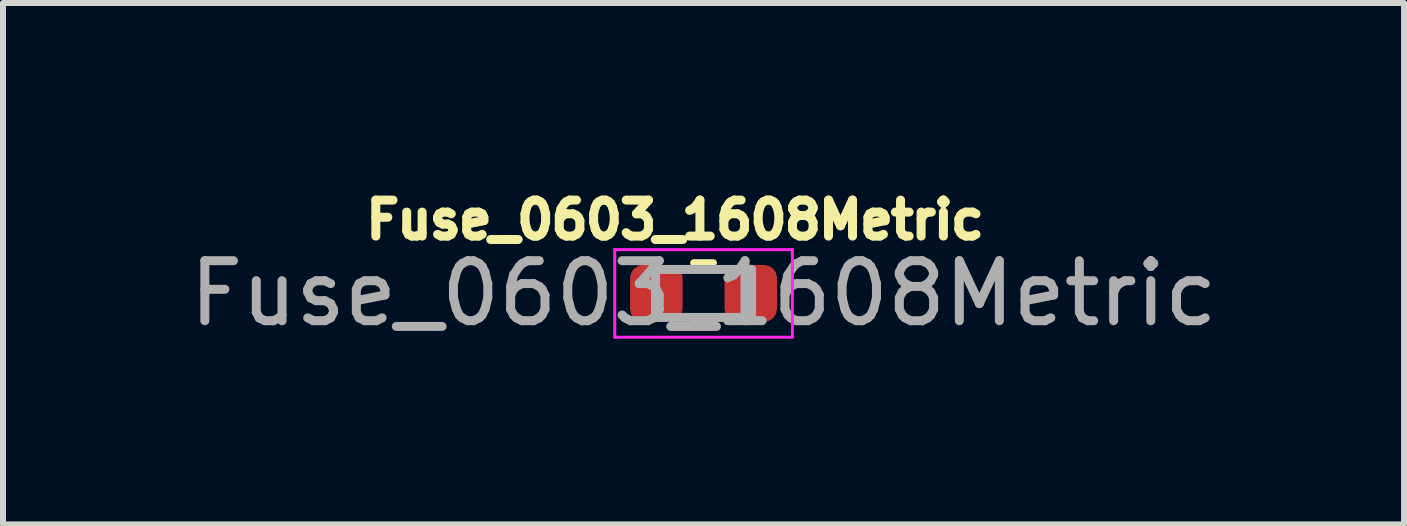
<source format=kicad_pcb>
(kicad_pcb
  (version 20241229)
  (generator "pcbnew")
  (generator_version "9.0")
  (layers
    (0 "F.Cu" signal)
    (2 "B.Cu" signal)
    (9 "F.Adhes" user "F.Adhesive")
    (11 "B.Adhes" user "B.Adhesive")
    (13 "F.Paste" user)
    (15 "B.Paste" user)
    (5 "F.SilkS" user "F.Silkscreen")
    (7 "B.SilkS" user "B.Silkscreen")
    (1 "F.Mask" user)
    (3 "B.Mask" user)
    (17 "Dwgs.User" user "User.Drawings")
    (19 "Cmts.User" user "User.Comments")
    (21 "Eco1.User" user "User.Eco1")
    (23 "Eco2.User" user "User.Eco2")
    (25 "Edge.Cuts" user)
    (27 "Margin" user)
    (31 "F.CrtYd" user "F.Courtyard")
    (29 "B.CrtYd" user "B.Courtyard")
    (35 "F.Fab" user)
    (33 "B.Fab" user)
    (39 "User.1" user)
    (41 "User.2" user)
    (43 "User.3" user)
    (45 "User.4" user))
  (footprint "Fuse_0603_1608Metric"
    (layer "F.Cu")
    (at 8.673 1.839)
    (property "Reference" "Fuse_0603_1608Metric" (at -0.475 -1.225 0) (layer "F.SilkS") (effects (font (size 0.6 0.6) (thickness 0.15))))
    (attr smd)
    (fp_line (start -0.163 -0.51) (end 0.163 -0.51) (stroke (width 0.12) (type solid)) (layer "F.SilkS"))
    (fp_line (start -0.163 0.51) (end 0.163 0.51) (stroke (width 0.12) (type solid)) (layer "F.SilkS"))
    (fp_line (start -1.48 -0.73) (end 1.48 -0.73) (stroke (width 0.05) (type solid)) (layer "F.CrtYd"))
    (fp_line (start -1.48 0.73) (end -1.48 -0.73) (stroke (width 0.05) (type solid)) (layer "F.CrtYd"))
    (fp_line (start 1.48 -0.73) (end 1.48 0.73) (stroke (width 0.05) (type solid)) (layer "F.CrtYd"))
    (fp_line (start 1.48 0.73) (end -1.48 0.73) (stroke (width 0.05) (type solid)) (layer "F.CrtYd"))
    (fp_line (start -0.8 -0.4) (end 0.8 -0.4) (stroke (width 0.15) (type solid)) (layer "F.Fab"))
    (fp_line (start -0.8 0.4) (end -0.8 -0.4) (stroke (width 0.15) (type solid)) (layer "F.Fab"))
    (fp_line (start 0.8 -0.4) (end 0.8 0.4) (stroke (width 0.15) (type solid)) (layer "F.Fab"))
    (fp_line (start 0.8 0.4) (end -0.8 0.4) (stroke (width 0.15) (type solid)) (layer "F.Fab"))
    (fp_text user "${REFERENCE}" (at 0 0 0) (layer "F.Fab") (effects (font (size 1 1) (thickness 0.15))))
    (pad "1" smd roundrect (at -0.787 0) (size 0.875 0.95) (layers "F.Cu" "F.Mask" "F.Paste") (roundrect_rratio 0.25))
    (pad "2" smd roundrect (at 0.787 0) (size 0.875 0.95) (layers "F.Cu" "F.Mask" "F.Paste") (roundrect_rratio 0.25)))
  (gr_rect
    (start -3 -3)
    (end 20.345 5.688)
    (stroke (width 0.1) (type default))
    (fill no)
    (layer "Edge.Cuts")))
</source>
